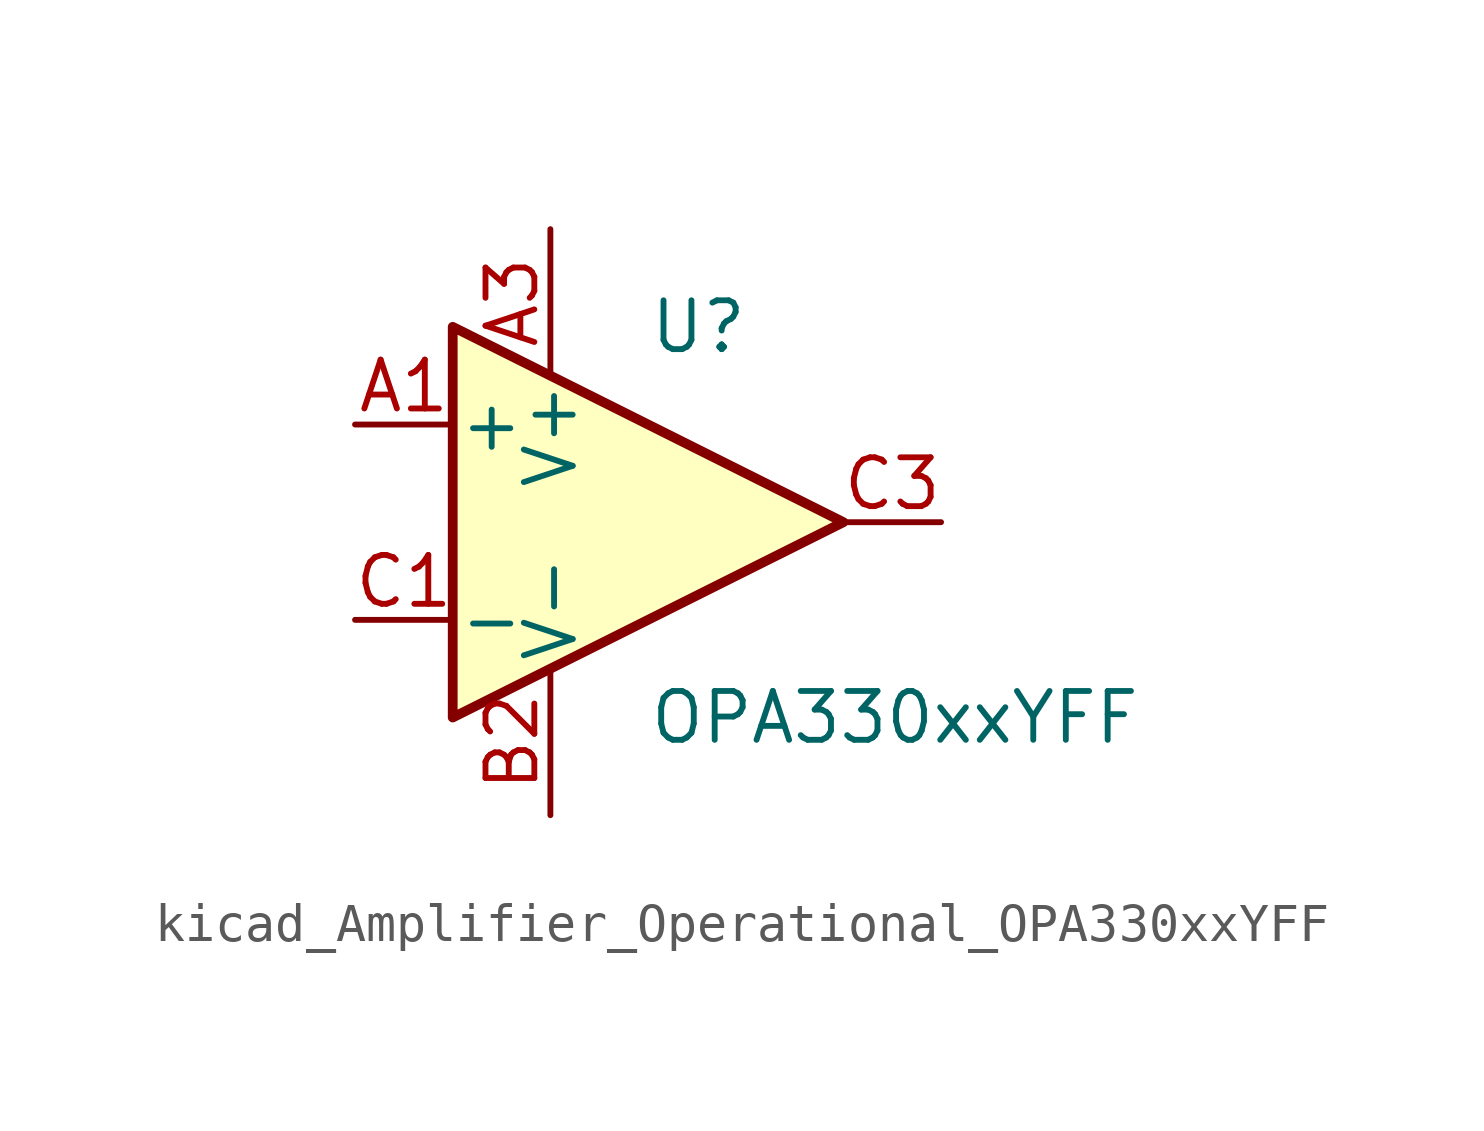
<source format=kicad_sym>
(kicad_symbol_lib
  (version 20220914)
  (generator kicad_symbol_editor)
  (symbol "kicad_Amplifier_Operational_OPA330xxYFF"
    (pin_names
      (offset 0.127))
    (property "Reference" "U"
      (at 0 5.08 0)
      (effects (font (size 1.27 1.27)) (justify left)))
    (property "Value" "OPA330xxYFF"
      (at 0 -5.08 0)
      (effects (font (size 1.27 1.27)) (justify left)))
    (symbol "kicad_Amplifier_Operational_OPA330xxYFF_0_1"
      (polyline (pts (xy -5.08 5.08) (xy 5.08 0) (xy -5.08 -5.08) (xy -5.08 5.08)) (stroke (width 0.254) (type default)) (fill (type background)))
      (pin power_in line (at -2.54 7.62 270) (length 3.81) (name "V+" (effects (font (size 1.27 1.27)))) (number "A3" (effects (font (size 1.27 1.27)))))
      (pin power_in line (at -2.54 -7.62 90) (length 3.81) (name "V-" (effects (font (size 1.27 1.27)))) (number "B2" (effects (font (size 1.27 1.27))))))
    (symbol "kicad_Amplifier_Operational_OPA330xxYFF_1_1"
      (pin input line (at -7.62 2.54 0) (length 2.54) (name "+" (effects (font (size 1.27 1.27)))) (number "A1" (effects (font (size 1.27 1.27)))))
      (pin input line (at -7.62 -2.54 0) (length 2.54) (name "-" (effects (font (size 1.27 1.27)))) (number "C1" (effects (font (size 1.27 1.27)))))
      (pin output line (at 7.62 0 180) (length 2.54) (name "~" (effects (font (size 1.27 1.27)))) (number "C3" (effects (font (size 1.27 1.27))))))))
</source>
